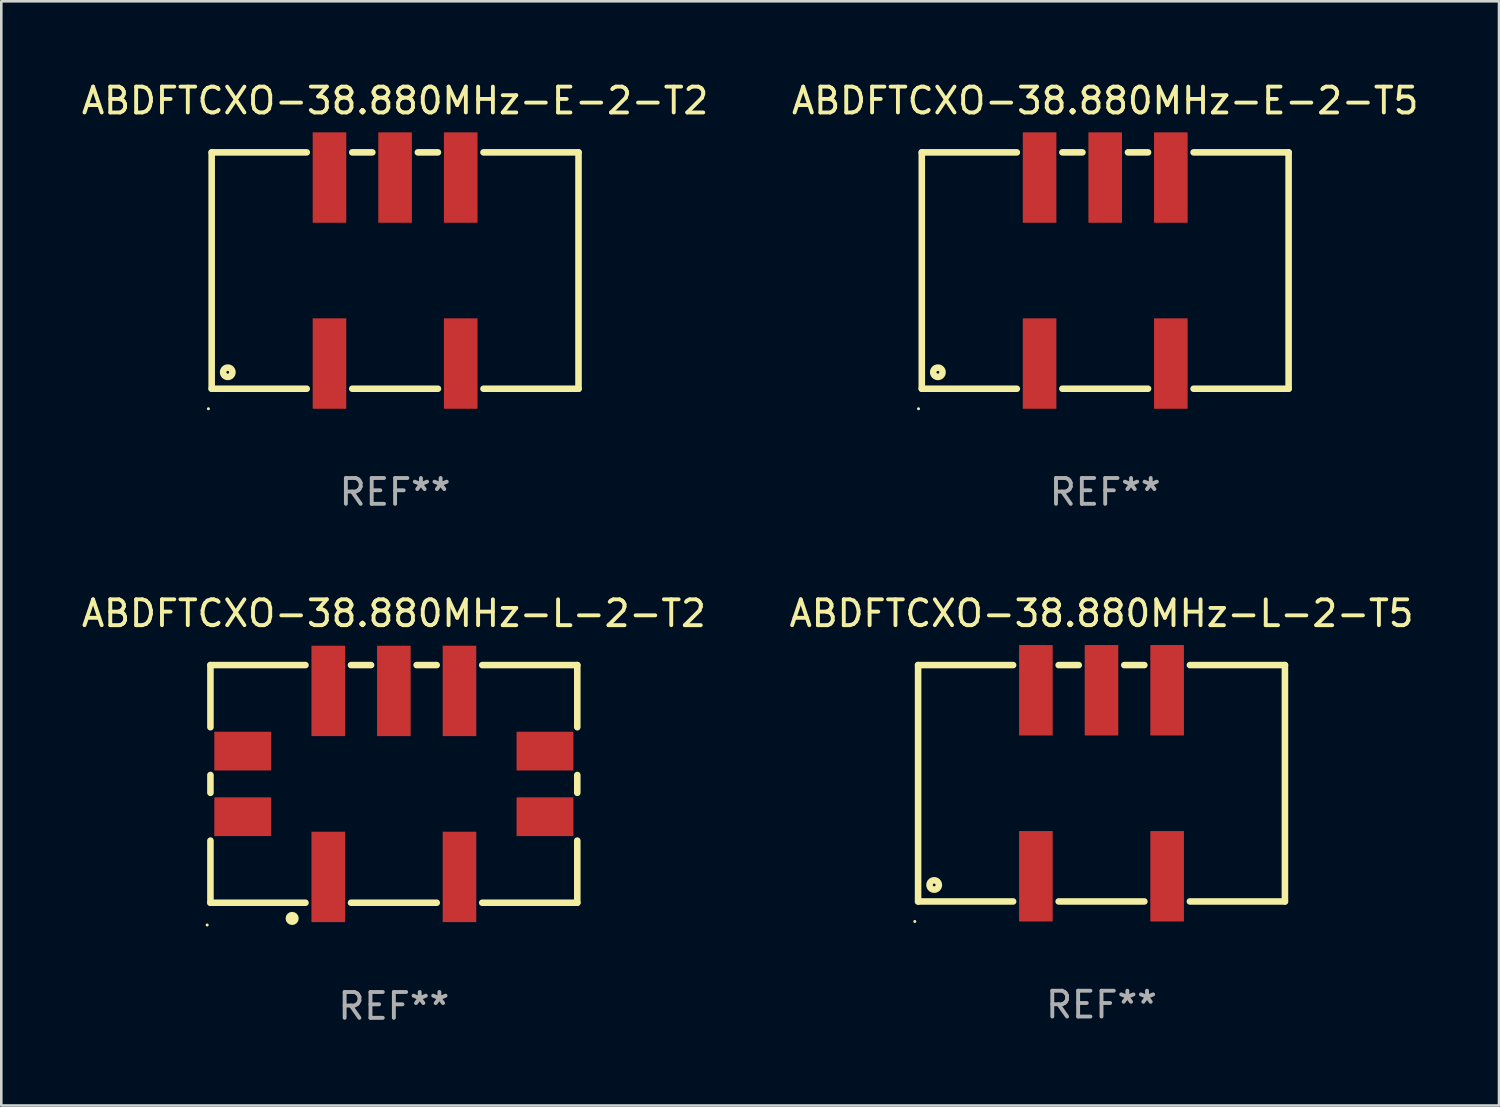
<source format=kicad_pcb>
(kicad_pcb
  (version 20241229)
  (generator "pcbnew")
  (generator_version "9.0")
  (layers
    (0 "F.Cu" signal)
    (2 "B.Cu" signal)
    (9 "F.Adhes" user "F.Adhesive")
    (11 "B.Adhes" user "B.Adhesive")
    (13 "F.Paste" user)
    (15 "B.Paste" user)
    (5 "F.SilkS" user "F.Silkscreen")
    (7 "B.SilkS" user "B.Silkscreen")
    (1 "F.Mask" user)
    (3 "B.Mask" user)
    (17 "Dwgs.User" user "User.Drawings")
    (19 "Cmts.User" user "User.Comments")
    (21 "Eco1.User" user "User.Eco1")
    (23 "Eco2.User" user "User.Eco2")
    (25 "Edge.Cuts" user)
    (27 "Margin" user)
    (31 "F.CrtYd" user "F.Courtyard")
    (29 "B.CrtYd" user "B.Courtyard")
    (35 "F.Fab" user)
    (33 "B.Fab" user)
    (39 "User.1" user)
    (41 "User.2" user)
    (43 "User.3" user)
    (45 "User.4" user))
  (footprint "ABDFTCXO-38.880MHz-E-2-T5"
    (layer "F.Cu")
    (at 39.732 7.423)
    (property "Reference" "ABDFTCXO-38.880MHz-E-2-T5" (at 0 -6.575 0) (layer "F.SilkS") (effects (font (size 1 1) (thickness 0.15))))
    (attr through_hole)
    (fp_line (start -7.1 -4.575) (end -7.1 4.575) (stroke (width 0.254) (type solid)) (layer "F.SilkS"))
    (fp_line (start -7.1 -4.575) (end -3.421 -4.575) (stroke (width 0.254) (type solid)) (layer "F.SilkS"))
    (fp_line (start -7.1 4.575) (end -3.421 4.575) (stroke (width 0.254) (type solid)) (layer "F.SilkS"))
    (fp_line (start -1.659 -4.575) (end -0.881 -4.575) (stroke (width 0.254) (type solid)) (layer "F.SilkS"))
    (fp_line (start -1.659 4.575) (end 1.659 4.575) (stroke (width 0.254) (type solid)) (layer "F.SilkS"))
    (fp_line (start 0.881 -4.575) (end 1.659 -4.575) (stroke (width 0.254) (type solid)) (layer "F.SilkS"))
    (fp_line (start 3.421 -4.575) (end 7.1 -4.575) (stroke (width 0.254) (type solid)) (layer "F.SilkS"))
    (fp_line (start 3.421 4.575) (end 7.1 4.575) (stroke (width 0.254) (type solid)) (layer "F.SilkS"))
    (fp_line (start 7.1 -4.575) (end 7.1 4.575) (stroke (width 0.254) (type solid)) (layer "F.SilkS"))
    (fp_circle (center -7.227 5.35) (end -7.197 5.35) (stroke (width 0.06) (type solid)) (fill no) (layer "F.SilkS"))
    (fp_circle (center -6.477 3.937) (end -6.297 3.937) (stroke (width 0.254) (type solid)) (fill no) (layer "F.SilkS"))
    (fp_text user "REF**" (at 0 8.575 0) (layer "F.Fab") (effects (font (size 1 1) (thickness 0.15))))
    (pad "1" smd rect (at -2.54 3.6) (size 1.3 3.5) (layers "F.Cu" "F.Mask" "F.Paste"))
    (pad "2" smd rect (at 2.54 3.6) (size 1.3 3.5) (layers "F.Cu" "F.Mask" "F.Paste"))
    (pad "3" smd rect (at 2.54 -3.6) (size 1.3 3.5) (layers "F.Cu" "F.Mask" "F.Paste"))
    (pad "4" smd rect (at 0 -3.6) (size 1.3 3.5) (layers "F.Cu" "F.Mask" "F.Paste"))
    (pad "5" smd rect (at -2.54 -3.6) (size 1.3 3.5) (layers "F.Cu" "F.Mask" "F.Paste")))
  (footprint "ABDFTCXO-38.880MHz-L-2-T2"
    (layer "F.Cu")
    (at 12.196 27.295)
    (property "Reference" "ABDFTCXO-38.880MHz-L-2-T2" (at 0 -6.6 0) (layer "F.SilkS") (effects (font (size 1 1) (thickness 0.15))))
    (attr through_hole)
    (fp_line (start -7.1 -4.6) (end -7.1 -2.195) (stroke (width 0.254) (type solid)) (layer "F.SilkS"))
    (fp_line (start -7.1 -4.6) (end -3.421 -4.6) (stroke (width 0.254) (type solid)) (layer "F.SilkS"))
    (fp_line (start -7.1 -0.345) (end -7.1 0.345) (stroke (width 0.254) (type solid)) (layer "F.SilkS"))
    (fp_line (start -7.1 2.195) (end -7.1 4.6) (stroke (width 0.254) (type solid)) (layer "F.SilkS"))
    (fp_line (start -7.1 4.6) (end -3.421 4.6) (stroke (width 0.254) (type solid)) (layer "F.SilkS"))
    (fp_line (start -1.659 -4.6) (end -0.881 -4.6) (stroke (width 0.254) (type solid)) (layer "F.SilkS"))
    (fp_line (start -1.659 4.6) (end 1.659 4.6) (stroke (width 0.254) (type solid)) (layer "F.SilkS"))
    (fp_line (start 0.881 -4.6) (end 1.659 -4.6) (stroke (width 0.254) (type solid)) (layer "F.SilkS"))
    (fp_line (start 3.421 -4.6) (end 7.1 -4.6) (stroke (width 0.254) (type solid)) (layer "F.SilkS"))
    (fp_line (start 3.421 4.6) (end 7.1 4.6) (stroke (width 0.254) (type solid)) (layer "F.SilkS"))
    (fp_line (start 7.1 -4.6) (end 7.1 -2.195) (stroke (width 0.254) (type solid)) (layer "F.SilkS"))
    (fp_line (start 7.1 -0.345) (end 7.1 0.345) (stroke (width 0.254) (type solid)) (layer "F.SilkS"))
    (fp_line (start 7.1 2.195) (end 7.1 4.6) (stroke (width 0.254) (type solid)) (layer "F.SilkS"))
    (fp_circle (center -7.227 5.461) (end -7.197 5.461) (stroke (width 0.06) (type solid)) (fill no) (layer "F.SilkS"))
    (fp_circle (center -3.937 5.207) (end -3.81 5.207) (stroke (width 0.254) (type solid)) (fill no) (layer "F.SilkS"))
    (fp_text user "REF**" (at 0 8.6 0) (layer "F.Fab") (effects (font (size 1 1) (thickness 0.15))))
    (pad "1" smd rect (at -2.54 3.6) (size 1.3 3.5) (layers "F.Cu" "F.Mask" "F.Paste"))
    (pad "2" smd rect (at 2.54 3.6) (size 1.3 3.5) (layers "F.Cu" "F.Mask" "F.Paste"))
    (pad "3" smd rect (at 2.54 -3.6) (size 1.3 3.5) (layers "F.Cu" "F.Mask" "F.Paste"))
    (pad "4" smd rect (at 0 -3.6) (size 1.3 3.5) (layers "F.Cu" "F.Mask" "F.Paste"))
    (pad "5" smd rect (at -2.54 -3.6) (size 1.3 3.5) (layers "F.Cu" "F.Mask" "F.Paste"))
    (pad "6" smd rect (at 5.85 1.27 90) (size 1.5 2.2) (layers "F.Cu" "F.Mask" "F.Paste"))
    (pad "7" smd rect (at 5.85 -1.27 90) (size 1.5 2.2) (layers "F.Cu" "F.Mask" "F.Paste"))
    (pad "8" smd rect (at -5.85 -1.27 90) (size 1.5 2.2) (layers "F.Cu" "F.Mask" "F.Paste"))
    (pad "9" smd rect (at -5.85 1.27 90) (size 1.5 2.2) (layers "F.Cu" "F.Mask" "F.Paste")))
  (footprint "ABDFTCXO-38.880MHz-E-2-T2"
    (layer "F.Cu")
    (at 12.244 7.423)
    (property "Reference" "ABDFTCXO-38.880MHz-E-2-T2" (at 0 -6.575 0) (layer "F.SilkS") (effects (font (size 1 1) (thickness 0.15))))
    (attr through_hole)
    (fp_line (start -7.1 -4.575) (end -7.1 4.575) (stroke (width 0.254) (type solid)) (layer "F.SilkS"))
    (fp_line (start -7.1 -4.575) (end -3.421 -4.575) (stroke (width 0.254) (type solid)) (layer "F.SilkS"))
    (fp_line (start -7.1 4.575) (end -3.421 4.575) (stroke (width 0.254) (type solid)) (layer "F.SilkS"))
    (fp_line (start -1.659 -4.575) (end -0.881 -4.575) (stroke (width 0.254) (type solid)) (layer "F.SilkS"))
    (fp_line (start -1.659 4.575) (end 1.659 4.575) (stroke (width 0.254) (type solid)) (layer "F.SilkS"))
    (fp_line (start 0.881 -4.575) (end 1.659 -4.575) (stroke (width 0.254) (type solid)) (layer "F.SilkS"))
    (fp_line (start 3.421 -4.575) (end 7.1 -4.575) (stroke (width 0.254) (type solid)) (layer "F.SilkS"))
    (fp_line (start 3.421 4.575) (end 7.1 4.575) (stroke (width 0.254) (type solid)) (layer "F.SilkS"))
    (fp_line (start 7.1 -4.575) (end 7.1 4.575) (stroke (width 0.254) (type solid)) (layer "F.SilkS"))
    (fp_circle (center -7.227 5.35) (end -7.197 5.35) (stroke (width 0.06) (type solid)) (fill no) (layer "F.SilkS"))
    (fp_circle (center -6.477 3.937) (end -6.297 3.937) (stroke (width 0.254) (type solid)) (fill no) (layer "F.SilkS"))
    (fp_text user "REF**" (at 0 8.575 0) (layer "F.Fab") (effects (font (size 1 1) (thickness 0.15))))
    (pad "1" smd rect (at -2.54 3.6) (size 1.3 3.5) (layers "F.Cu" "F.Mask" "F.Paste"))
    (pad "2" smd rect (at 2.54 3.6) (size 1.3 3.5) (layers "F.Cu" "F.Mask" "F.Paste"))
    (pad "3" smd rect (at 2.54 -3.6) (size 1.3 3.5) (layers "F.Cu" "F.Mask" "F.Paste"))
    (pad "4" smd rect (at 0 -3.6) (size 1.3 3.5) (layers "F.Cu" "F.Mask" "F.Paste"))
    (pad "5" smd rect (at -2.54 -3.6) (size 1.3 3.5) (layers "F.Cu" "F.Mask" "F.Paste")))
  (footprint "ABDFTCXO-38.880MHz-L-2-T5"
    (layer "F.Cu")
    (at 39.589 27.27)
    (property "Reference" "ABDFTCXO-38.880MHz-L-2-T5" (at 0 -6.575 0) (layer "F.SilkS") (effects (font (size 1 1) (thickness 0.15))))
    (attr through_hole)
    (fp_line (start -7.1 -4.575) (end -7.1 4.575) (stroke (width 0.254) (type solid)) (layer "F.SilkS"))
    (fp_line (start -7.1 -4.575) (end -3.421 -4.575) (stroke (width 0.254) (type solid)) (layer "F.SilkS"))
    (fp_line (start -7.1 4.575) (end -3.421 4.575) (stroke (width 0.254) (type solid)) (layer "F.SilkS"))
    (fp_line (start -1.659 -4.575) (end -0.881 -4.575) (stroke (width 0.254) (type solid)) (layer "F.SilkS"))
    (fp_line (start -1.659 4.575) (end 1.659 4.575) (stroke (width 0.254) (type solid)) (layer "F.SilkS"))
    (fp_line (start 0.881 -4.575) (end 1.659 -4.575) (stroke (width 0.254) (type solid)) (layer "F.SilkS"))
    (fp_line (start 3.421 -4.575) (end 7.1 -4.575) (stroke (width 0.254) (type solid)) (layer "F.SilkS"))
    (fp_line (start 3.421 4.575) (end 7.1 4.575) (stroke (width 0.254) (type solid)) (layer "F.SilkS"))
    (fp_line (start 7.1 -4.575) (end 7.1 4.575) (stroke (width 0.254) (type solid)) (layer "F.SilkS"))
    (fp_circle (center -7.227 5.35) (end -7.197 5.35) (stroke (width 0.06) (type solid)) (fill no) (layer "F.SilkS"))
    (fp_circle (center -6.477 3.937) (end -6.297 3.937) (stroke (width 0.254) (type solid)) (fill no) (layer "F.SilkS"))
    (fp_text user "REF**" (at 0 8.575 0) (layer "F.Fab") (effects (font (size 1 1) (thickness 0.15))))
    (pad "1" smd rect (at -2.54 3.6) (size 1.3 3.5) (layers "F.Cu" "F.Mask" "F.Paste"))
    (pad "2" smd rect (at 2.54 3.6) (size 1.3 3.5) (layers "F.Cu" "F.Mask" "F.Paste"))
    (pad "3" smd rect (at 2.54 -3.6) (size 1.3 3.5) (layers "F.Cu" "F.Mask" "F.Paste"))
    (pad "4" smd rect (at 0 -3.6) (size 1.3 3.5) (layers "F.Cu" "F.Mask" "F.Paste"))
    (pad "5" smd rect (at -2.54 -3.6) (size 1.3 3.5) (layers "F.Cu" "F.Mask" "F.Paste")))
  (gr_rect
    (start -3 -3)
    (end 54.976 39.743)
    (stroke (width 0.1) (type default))
    (fill no)
    (layer "Edge.Cuts")))
</source>
